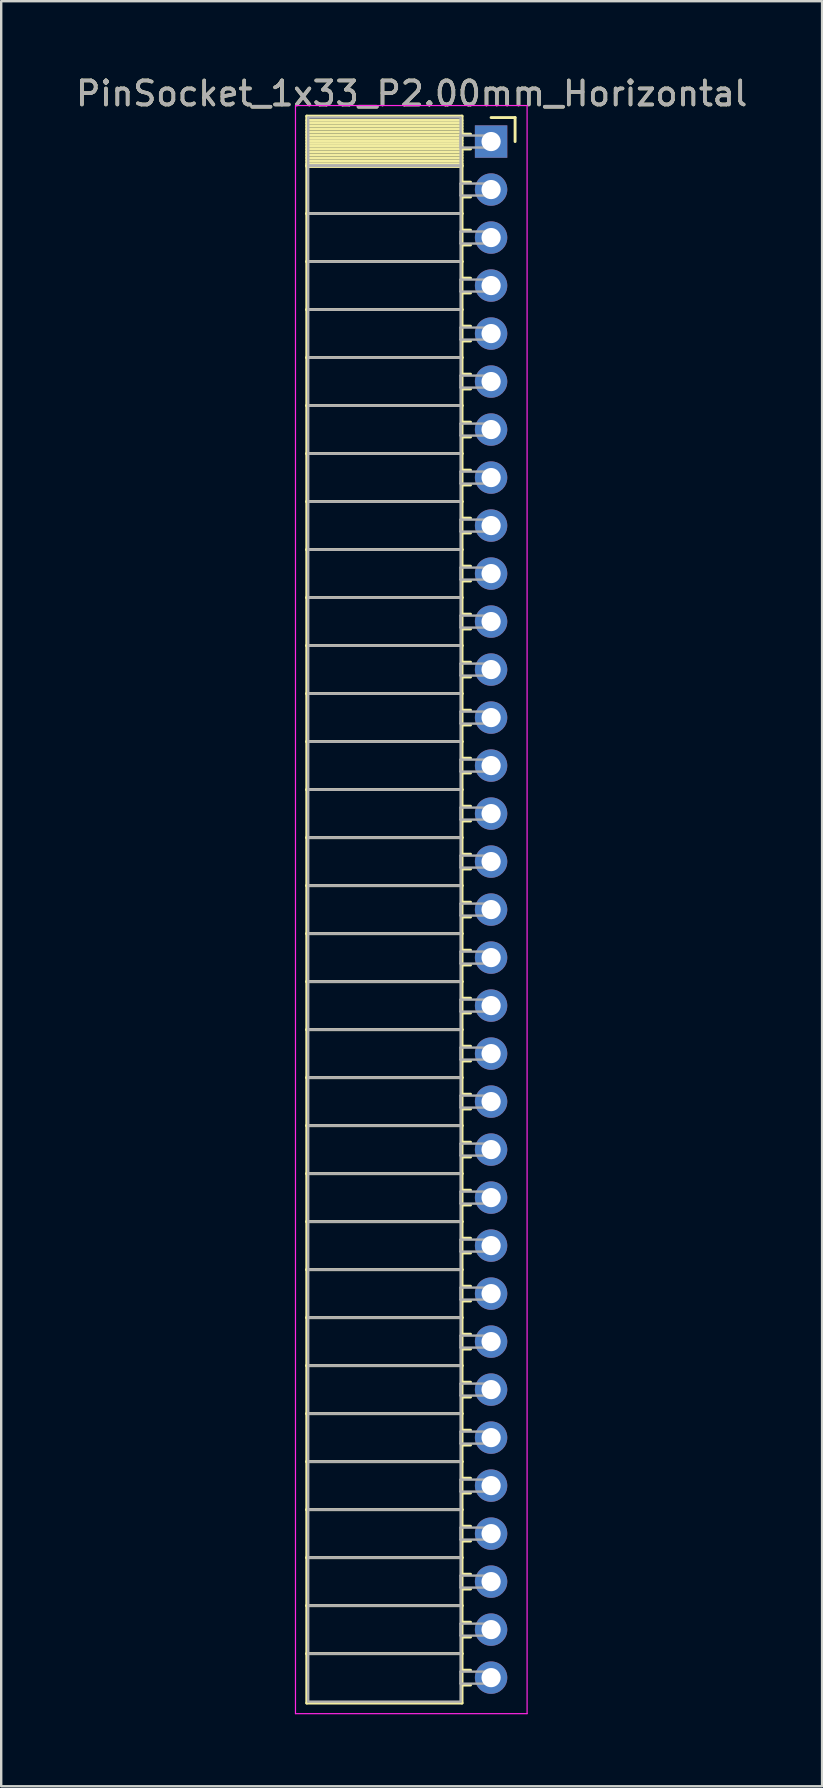
<source format=kicad_pcb>
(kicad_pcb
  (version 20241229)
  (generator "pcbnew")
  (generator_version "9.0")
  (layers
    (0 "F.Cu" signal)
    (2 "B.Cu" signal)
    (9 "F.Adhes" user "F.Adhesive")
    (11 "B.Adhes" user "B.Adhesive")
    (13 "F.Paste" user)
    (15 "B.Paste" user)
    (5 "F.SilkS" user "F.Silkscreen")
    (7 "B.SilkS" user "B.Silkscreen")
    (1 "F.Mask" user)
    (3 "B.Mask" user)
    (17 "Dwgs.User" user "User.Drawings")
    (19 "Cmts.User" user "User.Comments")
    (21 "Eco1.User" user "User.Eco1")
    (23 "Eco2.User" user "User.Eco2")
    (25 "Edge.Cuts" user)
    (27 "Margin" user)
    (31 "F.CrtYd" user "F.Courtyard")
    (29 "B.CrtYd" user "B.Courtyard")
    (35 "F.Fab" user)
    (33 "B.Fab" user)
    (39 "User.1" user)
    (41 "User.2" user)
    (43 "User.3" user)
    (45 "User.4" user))
  (footprint "PinSocket_1x33_P2.00mm_Horizontal"
    (layer "F.Cu")
    (at 17.411 2.848)
    (property "Reference" "PinSocket_1x33_P2.00mm_Horizontal" (at -3.31 -2 0) (layer "F.SilkS") (effects (font (size 1 1) (thickness 0.15))))
    (attr through_hole)
    (fp_line (start -7.68 -1.06) (end -1.21 -1.06) (stroke (width 0.12) (type solid)) (layer "F.SilkS"))
    (fp_line (start -7.68 1) (end -7.68 -1.06) (stroke (width 0.12) (type solid)) (layer "F.SilkS"))
    (fp_line (start -7.68 1) (end -1.21 1) (stroke (width 0.12) (type solid)) (layer "F.SilkS"))
    (fp_line (start -7.68 3) (end -7.68 1) (stroke (width 0.12) (type solid)) (layer "F.SilkS"))
    (fp_line (start -7.68 3) (end -1.21 3) (stroke (width 0.12) (type solid)) (layer "F.SilkS"))
    (fp_line (start -7.68 5) (end -7.68 3) (stroke (width 0.12) (type solid)) (layer "F.SilkS"))
    (fp_line (start -7.68 5) (end -1.21 5) (stroke (width 0.12) (type solid)) (layer "F.SilkS"))
    (fp_line (start -7.68 7) (end -7.68 5) (stroke (width 0.12) (type solid)) (layer "F.SilkS"))
    (fp_line (start -7.68 7) (end -1.21 7) (stroke (width 0.12) (type solid)) (layer "F.SilkS"))
    (fp_line (start -7.68 9) (end -7.68 7) (stroke (width 0.12) (type solid)) (layer "F.SilkS"))
    (fp_line (start -7.68 9) (end -1.21 9) (stroke (width 0.12) (type solid)) (layer "F.SilkS"))
    (fp_line (start -7.68 11) (end -7.68 9) (stroke (width 0.12) (type solid)) (layer "F.SilkS"))
    (fp_line (start -7.68 11) (end -1.21 11) (stroke (width 0.12) (type solid)) (layer "F.SilkS"))
    (fp_line (start -7.68 13) (end -7.68 11) (stroke (width 0.12) (type solid)) (layer "F.SilkS"))
    (fp_line (start -7.68 13) (end -1.21 13) (stroke (width 0.12) (type solid)) (layer "F.SilkS"))
    (fp_line (start -7.68 15) (end -7.68 13) (stroke (width 0.12) (type solid)) (layer "F.SilkS"))
    (fp_line (start -7.68 15) (end -1.21 15) (stroke (width 0.12) (type solid)) (layer "F.SilkS"))
    (fp_line (start -7.68 17) (end -7.68 15) (stroke (width 0.12) (type solid)) (layer "F.SilkS"))
    (fp_line (start -7.68 17) (end -1.21 17) (stroke (width 0.12) (type solid)) (layer "F.SilkS"))
    (fp_line (start -7.68 19) (end -7.68 17) (stroke (width 0.12) (type solid)) (layer "F.SilkS"))
    (fp_line (start -7.68 19) (end -1.21 19) (stroke (width 0.12) (type solid)) (layer "F.SilkS"))
    (fp_line (start -7.68 21) (end -7.68 19) (stroke (width 0.12) (type solid)) (layer "F.SilkS"))
    (fp_line (start -7.68 21) (end -1.21 21) (stroke (width 0.12) (type solid)) (layer "F.SilkS"))
    (fp_line (start -7.68 23) (end -7.68 21) (stroke (width 0.12) (type solid)) (layer "F.SilkS"))
    (fp_line (start -7.68 23) (end -1.21 23) (stroke (width 0.12) (type solid)) (layer "F.SilkS"))
    (fp_line (start -7.68 25) (end -7.68 23) (stroke (width 0.12) (type solid)) (layer "F.SilkS"))
    (fp_line (start -7.68 25) (end -1.21 25) (stroke (width 0.12) (type solid)) (layer "F.SilkS"))
    (fp_line (start -7.68 27) (end -7.68 25) (stroke (width 0.12) (type solid)) (layer "F.SilkS"))
    (fp_line (start -7.68 27) (end -1.21 27) (stroke (width 0.12) (type solid)) (layer "F.SilkS"))
    (fp_line (start -7.68 29) (end -7.68 27) (stroke (width 0.12) (type solid)) (layer "F.SilkS"))
    (fp_line (start -7.68 29) (end -1.21 29) (stroke (width 0.12) (type solid)) (layer "F.SilkS"))
    (fp_line (start -7.68 31) (end -7.68 29) (stroke (width 0.12) (type solid)) (layer "F.SilkS"))
    (fp_line (start -7.68 31) (end -1.21 31) (stroke (width 0.12) (type solid)) (layer "F.SilkS"))
    (fp_line (start -7.68 33) (end -7.68 31) (stroke (width 0.12) (type solid)) (layer "F.SilkS"))
    (fp_line (start -7.68 33) (end -1.21 33) (stroke (width 0.12) (type solid)) (layer "F.SilkS"))
    (fp_line (start -7.68 35) (end -7.68 33) (stroke (width 0.12) (type solid)) (layer "F.SilkS"))
    (fp_line (start -7.68 35) (end -1.21 35) (stroke (width 0.12) (type solid)) (layer "F.SilkS"))
    (fp_line (start -7.68 37) (end -7.68 35) (stroke (width 0.12) (type solid)) (layer "F.SilkS"))
    (fp_line (start -7.68 37) (end -1.21 37) (stroke (width 0.12) (type solid)) (layer "F.SilkS"))
    (fp_line (start -7.68 39) (end -7.68 37) (stroke (width 0.12) (type solid)) (layer "F.SilkS"))
    (fp_line (start -7.68 39) (end -1.21 39) (stroke (width 0.12) (type solid)) (layer "F.SilkS"))
    (fp_line (start -7.68 41) (end -7.68 39) (stroke (width 0.12) (type solid)) (layer "F.SilkS"))
    (fp_line (start -7.68 41) (end -1.21 41) (stroke (width 0.12) (type solid)) (layer "F.SilkS"))
    (fp_line (start -7.68 43) (end -7.68 41) (stroke (width 0.12) (type solid)) (layer "F.SilkS"))
    (fp_line (start -7.68 43) (end -1.21 43) (stroke (width 0.12) (type solid)) (layer "F.SilkS"))
    (fp_line (start -7.68 45) (end -7.68 43) (stroke (width 0.12) (type solid)) (layer "F.SilkS"))
    (fp_line (start -7.68 45) (end -1.21 45) (stroke (width 0.12) (type solid)) (layer "F.SilkS"))
    (fp_line (start -7.68 47) (end -7.68 45) (stroke (width 0.12) (type solid)) (layer "F.SilkS"))
    (fp_line (start -7.68 47) (end -1.21 47) (stroke (width 0.12) (type solid)) (layer "F.SilkS"))
    (fp_line (start -7.68 49) (end -7.68 47) (stroke (width 0.12) (type solid)) (layer "F.SilkS"))
    (fp_line (start -7.68 49) (end -1.21 49) (stroke (width 0.12) (type solid)) (layer "F.SilkS"))
    (fp_line (start -7.68 51) (end -7.68 49) (stroke (width 0.12) (type solid)) (layer "F.SilkS"))
    (fp_line (start -7.68 51) (end -1.21 51) (stroke (width 0.12) (type solid)) (layer "F.SilkS"))
    (fp_line (start -7.68 53) (end -7.68 51) (stroke (width 0.12) (type solid)) (layer "F.SilkS"))
    (fp_line (start -7.68 53) (end -1.21 53) (stroke (width 0.12) (type solid)) (layer "F.SilkS"))
    (fp_line (start -7.68 55) (end -7.68 53) (stroke (width 0.12) (type solid)) (layer "F.SilkS"))
    (fp_line (start -7.68 55) (end -1.21 55) (stroke (width 0.12) (type solid)) (layer "F.SilkS"))
    (fp_line (start -7.68 57) (end -7.68 55) (stroke (width 0.12) (type solid)) (layer "F.SilkS"))
    (fp_line (start -7.68 57) (end -1.21 57) (stroke (width 0.12) (type solid)) (layer "F.SilkS"))
    (fp_line (start -7.68 59) (end -7.68 57) (stroke (width 0.12) (type solid)) (layer "F.SilkS"))
    (fp_line (start -7.68 59) (end -1.21 59) (stroke (width 0.12) (type solid)) (layer "F.SilkS"))
    (fp_line (start -7.68 61) (end -7.68 59) (stroke (width 0.12) (type solid)) (layer "F.SilkS"))
    (fp_line (start -7.68 61) (end -1.21 61) (stroke (width 0.12) (type solid)) (layer "F.SilkS"))
    (fp_line (start -7.68 63) (end -7.68 61) (stroke (width 0.12) (type solid)) (layer "F.SilkS"))
    (fp_line (start -7.68 63) (end -1.21 63) (stroke (width 0.12) (type solid)) (layer "F.SilkS"))
    (fp_line (start -7.68 65.06) (end -7.68 63) (stroke (width 0.12) (type solid)) (layer "F.SilkS"))
    (fp_line (start -1.21 -1.06) (end -1.21 1) (stroke (width 0.12) (type solid)) (layer "F.SilkS"))
    (fp_line (start -1.21 -0.88) (end -7.68 -0.88) (stroke (width 0.12) (type solid)) (layer "F.SilkS"))
    (fp_line (start -1.21 -0.76) (end -7.68 -0.76) (stroke (width 0.12) (type solid)) (layer "F.SilkS"))
    (fp_line (start -1.21 -0.64) (end -7.68 -0.64) (stroke (width 0.12) (type solid)) (layer "F.SilkS"))
    (fp_line (start -1.21 -0.52) (end -7.68 -0.52) (stroke (width 0.12) (type solid)) (layer "F.SilkS"))
    (fp_line (start -1.21 -0.4) (end -7.68 -0.4) (stroke (width 0.12) (type solid)) (layer "F.SilkS"))
    (fp_line (start -1.21 -0.28) (end -7.68 -0.28) (stroke (width 0.12) (type solid)) (layer "F.SilkS"))
    (fp_line (start -1.21 -0.16) (end -7.68 -0.16) (stroke (width 0.12) (type solid)) (layer "F.SilkS"))
    (fp_line (start -1.21 -0.04) (end -7.68 -0.04) (stroke (width 0.12) (type solid)) (layer "F.SilkS"))
    (fp_line (start -1.21 0.08) (end -7.68 0.08) (stroke (width 0.12) (type solid)) (layer "F.SilkS"))
    (fp_line (start -1.21 0.2) (end -7.68 0.2) (stroke (width 0.12) (type solid)) (layer "F.SilkS"))
    (fp_line (start -1.21 0.32) (end -7.68 0.32) (stroke (width 0.12) (type solid)) (layer "F.SilkS"))
    (fp_line (start -1.21 0.44) (end -7.68 0.44) (stroke (width 0.12) (type solid)) (layer "F.SilkS"))
    (fp_line (start -1.21 0.56) (end -7.68 0.56) (stroke (width 0.12) (type solid)) (layer "F.SilkS"))
    (fp_line (start -1.21 0.68) (end -7.68 0.68) (stroke (width 0.12) (type solid)) (layer "F.SilkS"))
    (fp_line (start -1.21 0.8) (end -7.68 0.8) (stroke (width 0.12) (type solid)) (layer "F.SilkS"))
    (fp_line (start -1.21 0.92) (end -7.68 0.92) (stroke (width 0.12) (type solid)) (layer "F.SilkS"))
    (fp_line (start -1.21 1) (end -7.68 1) (stroke (width 0.12) (type solid)) (layer "F.SilkS"))
    (fp_line (start -1.21 1) (end -1.21 3) (stroke (width 0.12) (type solid)) (layer "F.SilkS"))
    (fp_line (start -1.21 1.04) (end -7.68 1.04) (stroke (width 0.12) (type solid)) (layer "F.SilkS"))
    (fp_line (start -1.21 3) (end -7.68 3) (stroke (width 0.12) (type solid)) (layer "F.SilkS"))
    (fp_line (start -1.21 3) (end -1.21 5) (stroke (width 0.12) (type solid)) (layer "F.SilkS"))
    (fp_line (start -1.21 5) (end -7.68 5) (stroke (width 0.12) (type solid)) (layer "F.SilkS"))
    (fp_line (start -1.21 5) (end -1.21 7) (stroke (width 0.12) (type solid)) (layer "F.SilkS"))
    (fp_line (start -1.21 7) (end -7.68 7) (stroke (width 0.12) (type solid)) (layer "F.SilkS"))
    (fp_line (start -1.21 7) (end -1.21 9) (stroke (width 0.12) (type solid)) (layer "F.SilkS"))
    (fp_line (start -1.21 9) (end -7.68 9) (stroke (width 0.12) (type solid)) (layer "F.SilkS"))
    (fp_line (start -1.21 9) (end -1.21 11) (stroke (width 0.12) (type solid)) (layer "F.SilkS"))
    (fp_line (start -1.21 11) (end -7.68 11) (stroke (width 0.12) (type solid)) (layer "F.SilkS"))
    (fp_line (start -1.21 11) (end -1.21 13) (stroke (width 0.12) (type solid)) (layer "F.SilkS"))
    (fp_line (start -1.21 13) (end -7.68 13) (stroke (width 0.12) (type solid)) (layer "F.SilkS"))
    (fp_line (start -1.21 13) (end -1.21 15) (stroke (width 0.12) (type solid)) (layer "F.SilkS"))
    (fp_line (start -1.21 15) (end -7.68 15) (stroke (width 0.12) (type solid)) (layer "F.SilkS"))
    (fp_line (start -1.21 15) (end -1.21 17) (stroke (width 0.12) (type solid)) (layer "F.SilkS"))
    (fp_line (start -1.21 17) (end -7.68 17) (stroke (width 0.12) (type solid)) (layer "F.SilkS"))
    (fp_line (start -1.21 17) (end -1.21 19) (stroke (width 0.12) (type solid)) (layer "F.SilkS"))
    (fp_line (start -1.21 19) (end -7.68 19) (stroke (width 0.12) (type solid)) (layer "F.SilkS"))
    (fp_line (start -1.21 19) (end -1.21 21) (stroke (width 0.12) (type solid)) (layer "F.SilkS"))
    (fp_line (start -1.21 21) (end -7.68 21) (stroke (width 0.12) (type solid)) (layer "F.SilkS"))
    (fp_line (start -1.21 21) (end -1.21 23) (stroke (width 0.12) (type solid)) (layer "F.SilkS"))
    (fp_line (start -1.21 23) (end -7.68 23) (stroke (width 0.12) (type solid)) (layer "F.SilkS"))
    (fp_line (start -1.21 23) (end -1.21 25) (stroke (width 0.12) (type solid)) (layer "F.SilkS"))
    (fp_line (start -1.21 25) (end -7.68 25) (stroke (width 0.12) (type solid)) (layer "F.SilkS"))
    (fp_line (start -1.21 25) (end -1.21 27) (stroke (width 0.12) (type solid)) (layer "F.SilkS"))
    (fp_line (start -1.21 27) (end -7.68 27) (stroke (width 0.12) (type solid)) (layer "F.SilkS"))
    (fp_line (start -1.21 27) (end -1.21 29) (stroke (width 0.12) (type solid)) (layer "F.SilkS"))
    (fp_line (start -1.21 29) (end -7.68 29) (stroke (width 0.12) (type solid)) (layer "F.SilkS"))
    (fp_line (start -1.21 29) (end -1.21 31) (stroke (width 0.12) (type solid)) (layer "F.SilkS"))
    (fp_line (start -1.21 31) (end -7.68 31) (stroke (width 0.12) (type solid)) (layer "F.SilkS"))
    (fp_line (start -1.21 31) (end -1.21 33) (stroke (width 0.12) (type solid)) (layer "F.SilkS"))
    (fp_line (start -1.21 33) (end -7.68 33) (stroke (width 0.12) (type solid)) (layer "F.SilkS"))
    (fp_line (start -1.21 33) (end -1.21 35) (stroke (width 0.12) (type solid)) (layer "F.SilkS"))
    (fp_line (start -1.21 35) (end -7.68 35) (stroke (width 0.12) (type solid)) (layer "F.SilkS"))
    (fp_line (start -1.21 35) (end -1.21 37) (stroke (width 0.12) (type solid)) (layer "F.SilkS"))
    (fp_line (start -1.21 37) (end -7.68 37) (stroke (width 0.12) (type solid)) (layer "F.SilkS"))
    (fp_line (start -1.21 37) (end -1.21 39) (stroke (width 0.12) (type solid)) (layer "F.SilkS"))
    (fp_line (start -1.21 39) (end -7.68 39) (stroke (width 0.12) (type solid)) (layer "F.SilkS"))
    (fp_line (start -1.21 39) (end -1.21 41) (stroke (width 0.12) (type solid)) (layer "F.SilkS"))
    (fp_line (start -1.21 41) (end -7.68 41) (stroke (width 0.12) (type solid)) (layer "F.SilkS"))
    (fp_line (start -1.21 41) (end -1.21 43) (stroke (width 0.12) (type solid)) (layer "F.SilkS"))
    (fp_line (start -1.21 43) (end -7.68 43) (stroke (width 0.12) (type solid)) (layer "F.SilkS"))
    (fp_line (start -1.21 43) (end -1.21 45) (stroke (width 0.12) (type solid)) (layer "F.SilkS"))
    (fp_line (start -1.21 45) (end -7.68 45) (stroke (width 0.12) (type solid)) (layer "F.SilkS"))
    (fp_line (start -1.21 45) (end -1.21 47) (stroke (width 0.12) (type solid)) (layer "F.SilkS"))
    (fp_line (start -1.21 47) (end -7.68 47) (stroke (width 0.12) (type solid)) (layer "F.SilkS"))
    (fp_line (start -1.21 47) (end -1.21 49) (stroke (width 0.12) (type solid)) (layer "F.SilkS"))
    (fp_line (start -1.21 49) (end -7.68 49) (stroke (width 0.12) (type solid)) (layer "F.SilkS"))
    (fp_line (start -1.21 49) (end -1.21 51) (stroke (width 0.12) (type solid)) (layer "F.SilkS"))
    (fp_line (start -1.21 51) (end -7.68 51) (stroke (width 0.12) (type solid)) (layer "F.SilkS"))
    (fp_line (start -1.21 51) (end -1.21 53) (stroke (width 0.12) (type solid)) (layer "F.SilkS"))
    (fp_line (start -1.21 53) (end -7.68 53) (stroke (width 0.12) (type solid)) (layer "F.SilkS"))
    (fp_line (start -1.21 53) (end -1.21 55) (stroke (width 0.12) (type solid)) (layer "F.SilkS"))
    (fp_line (start -1.21 55) (end -7.68 55) (stroke (width 0.12) (type solid)) (layer "F.SilkS"))
    (fp_line (start -1.21 55) (end -1.21 57) (stroke (width 0.12) (type solid)) (layer "F.SilkS"))
    (fp_line (start -1.21 57) (end -7.68 57) (stroke (width 0.12) (type solid)) (layer "F.SilkS"))
    (fp_line (start -1.21 57) (end -1.21 59) (stroke (width 0.12) (type solid)) (layer "F.SilkS"))
    (fp_line (start -1.21 59) (end -7.68 59) (stroke (width 0.12) (type solid)) (layer "F.SilkS"))
    (fp_line (start -1.21 59) (end -1.21 61) (stroke (width 0.12) (type solid)) (layer "F.SilkS"))
    (fp_line (start -1.21 61) (end -7.68 61) (stroke (width 0.12) (type solid)) (layer "F.SilkS"))
    (fp_line (start -1.21 61) (end -1.21 63) (stroke (width 0.12) (type solid)) (layer "F.SilkS"))
    (fp_line (start -1.21 63) (end -7.68 63) (stroke (width 0.12) (type solid)) (layer "F.SilkS"))
    (fp_line (start -1.21 63) (end -1.21 65.06) (stroke (width 0.12) (type solid)) (layer "F.SilkS"))
    (fp_line (start -1.21 65.06) (end -7.68 65.06) (stroke (width 0.12) (type solid)) (layer "F.SilkS"))
    (fp_line (start -0.855 -0.31) (end -1.21 -0.31) (stroke (width 0.12) (type solid)) (layer "F.SilkS"))
    (fp_line (start -0.855 0.31) (end -1.21 0.31) (stroke (width 0.12) (type solid)) (layer "F.SilkS"))
    (fp_line (start -0.855 1.69) (end -1.21 1.69) (stroke (width 0.12) (type solid)) (layer "F.SilkS"))
    (fp_line (start -0.855 2.31) (end -1.21 2.31) (stroke (width 0.12) (type solid)) (layer "F.SilkS"))
    (fp_line (start -0.855 3.69) (end -1.21 3.69) (stroke (width 0.12) (type solid)) (layer "F.SilkS"))
    (fp_line (start -0.855 4.31) (end -1.21 4.31) (stroke (width 0.12) (type solid)) (layer "F.SilkS"))
    (fp_line (start -0.855 5.69) (end -1.21 5.69) (stroke (width 0.12) (type solid)) (layer "F.SilkS"))
    (fp_line (start -0.855 6.31) (end -1.21 6.31) (stroke (width 0.12) (type solid)) (layer "F.SilkS"))
    (fp_line (start -0.855 7.69) (end -1.21 7.69) (stroke (width 0.12) (type solid)) (layer "F.SilkS"))
    (fp_line (start -0.855 8.31) (end -1.21 8.31) (stroke (width 0.12) (type solid)) (layer "F.SilkS"))
    (fp_line (start -0.855 9.69) (end -1.21 9.69) (stroke (width 0.12) (type solid)) (layer "F.SilkS"))
    (fp_line (start -0.855 10.31) (end -1.21 10.31) (stroke (width 0.12) (type solid)) (layer "F.SilkS"))
    (fp_line (start -0.855 11.69) (end -1.21 11.69) (stroke (width 0.12) (type solid)) (layer "F.SilkS"))
    (fp_line (start -0.855 12.31) (end -1.21 12.31) (stroke (width 0.12) (type solid)) (layer "F.SilkS"))
    (fp_line (start -0.855 13.69) (end -1.21 13.69) (stroke (width 0.12) (type solid)) (layer "F.SilkS"))
    (fp_line (start -0.855 14.31) (end -1.21 14.31) (stroke (width 0.12) (type solid)) (layer "F.SilkS"))
    (fp_line (start -0.855 15.69) (end -1.21 15.69) (stroke (width 0.12) (type solid)) (layer "F.SilkS"))
    (fp_line (start -0.855 16.31) (end -1.21 16.31) (stroke (width 0.12) (type solid)) (layer "F.SilkS"))
    (fp_line (start -0.855 17.69) (end -1.21 17.69) (stroke (width 0.12) (type solid)) (layer "F.SilkS"))
    (fp_line (start -0.855 18.31) (end -1.21 18.31) (stroke (width 0.12) (type solid)) (layer "F.SilkS"))
    (fp_line (start -0.855 19.69) (end -1.21 19.69) (stroke (width 0.12) (type solid)) (layer "F.SilkS"))
    (fp_line (start -0.855 20.31) (end -1.21 20.31) (stroke (width 0.12) (type solid)) (layer "F.SilkS"))
    (fp_line (start -0.855 21.69) (end -1.21 21.69) (stroke (width 0.12) (type solid)) (layer "F.SilkS"))
    (fp_line (start -0.855 22.31) (end -1.21 22.31) (stroke (width 0.12) (type solid)) (layer "F.SilkS"))
    (fp_line (start -0.855 23.69) (end -1.21 23.69) (stroke (width 0.12) (type solid)) (layer "F.SilkS"))
    (fp_line (start -0.855 24.31) (end -1.21 24.31) (stroke (width 0.12) (type solid)) (layer "F.SilkS"))
    (fp_line (start -0.855 25.69) (end -1.21 25.69) (stroke (width 0.12) (type solid)) (layer "F.SilkS"))
    (fp_line (start -0.855 26.31) (end -1.21 26.31) (stroke (width 0.12) (type solid)) (layer "F.SilkS"))
    (fp_line (start -0.855 27.69) (end -1.21 27.69) (stroke (width 0.12) (type solid)) (layer "F.SilkS"))
    (fp_line (start -0.855 28.31) (end -1.21 28.31) (stroke (width 0.12) (type solid)) (layer "F.SilkS"))
    (fp_line (start -0.855 29.69) (end -1.21 29.69) (stroke (width 0.12) (type solid)) (layer "F.SilkS"))
    (fp_line (start -0.855 30.31) (end -1.21 30.31) (stroke (width 0.12) (type solid)) (layer "F.SilkS"))
    (fp_line (start -0.855 31.69) (end -1.21 31.69) (stroke (width 0.12) (type solid)) (layer "F.SilkS"))
    (fp_line (start -0.855 32.31) (end -1.21 32.31) (stroke (width 0.12) (type solid)) (layer "F.SilkS"))
    (fp_line (start -0.855 33.69) (end -1.21 33.69) (stroke (width 0.12) (type solid)) (layer "F.SilkS"))
    (fp_line (start -0.855 34.31) (end -1.21 34.31) (stroke (width 0.12) (type solid)) (layer "F.SilkS"))
    (fp_line (start -0.855 35.69) (end -1.21 35.69) (stroke (width 0.12) (type solid)) (layer "F.SilkS"))
    (fp_line (start -0.855 36.31) (end -1.21 36.31) (stroke (width 0.12) (type solid)) (layer "F.SilkS"))
    (fp_line (start -0.855 37.69) (end -1.21 37.69) (stroke (width 0.12) (type solid)) (layer "F.SilkS"))
    (fp_line (start -0.855 38.31) (end -1.21 38.31) (stroke (width 0.12) (type solid)) (layer "F.SilkS"))
    (fp_line (start -0.855 39.69) (end -1.21 39.69) (stroke (width 0.12) (type solid)) (layer "F.SilkS"))
    (fp_line (start -0.855 40.31) (end -1.21 40.31) (stroke (width 0.12) (type solid)) (layer "F.SilkS"))
    (fp_line (start -0.855 41.69) (end -1.21 41.69) (stroke (width 0.12) (type solid)) (layer "F.SilkS"))
    (fp_line (start -0.855 42.31) (end -1.21 42.31) (stroke (width 0.12) (type solid)) (layer "F.SilkS"))
    (fp_line (start -0.855 43.69) (end -1.21 43.69) (stroke (width 0.12) (type solid)) (layer "F.SilkS"))
    (fp_line (start -0.855 44.31) (end -1.21 44.31) (stroke (width 0.12) (type solid)) (layer "F.SilkS"))
    (fp_line (start -0.855 45.69) (end -1.21 45.69) (stroke (width 0.12) (type solid)) (layer "F.SilkS"))
    (fp_line (start -0.855 46.31) (end -1.21 46.31) (stroke (width 0.12) (type solid)) (layer "F.SilkS"))
    (fp_line (start -0.855 47.69) (end -1.21 47.69) (stroke (width 0.12) (type solid)) (layer "F.SilkS"))
    (fp_line (start -0.855 48.31) (end -1.21 48.31) (stroke (width 0.12) (type solid)) (layer "F.SilkS"))
    (fp_line (start -0.855 49.69) (end -1.21 49.69) (stroke (width 0.12) (type solid)) (layer "F.SilkS"))
    (fp_line (start -0.855 50.31) (end -1.21 50.31) (stroke (width 0.12) (type solid)) (layer "F.SilkS"))
    (fp_line (start -0.855 51.69) (end -1.21 51.69) (stroke (width 0.12) (type solid)) (layer "F.SilkS"))
    (fp_line (start -0.855 52.31) (end -1.21 52.31) (stroke (width 0.12) (type solid)) (layer "F.SilkS"))
    (fp_line (start -0.855 53.69) (end -1.21 53.69) (stroke (width 0.12) (type solid)) (layer "F.SilkS"))
    (fp_line (start -0.855 54.31) (end -1.21 54.31) (stroke (width 0.12) (type solid)) (layer "F.SilkS"))
    (fp_line (start -0.855 55.69) (end -1.21 55.69) (stroke (width 0.12) (type solid)) (layer "F.SilkS"))
    (fp_line (start -0.855 56.31) (end -1.21 56.31) (stroke (width 0.12) (type solid)) (layer "F.SilkS"))
    (fp_line (start -0.855 57.69) (end -1.21 57.69) (stroke (width 0.12) (type solid)) (layer "F.SilkS"))
    (fp_line (start -0.855 58.31) (end -1.21 58.31) (stroke (width 0.12) (type solid)) (layer "F.SilkS"))
    (fp_line (start -0.855 59.69) (end -1.21 59.69) (stroke (width 0.12) (type solid)) (layer "F.SilkS"))
    (fp_line (start -0.855 60.31) (end -1.21 60.31) (stroke (width 0.12) (type solid)) (layer "F.SilkS"))
    (fp_line (start -0.855 61.69) (end -1.21 61.69) (stroke (width 0.12) (type solid)) (layer "F.SilkS"))
    (fp_line (start -0.855 62.31) (end -1.21 62.31) (stroke (width 0.12) (type solid)) (layer "F.SilkS"))
    (fp_line (start -0.855 63.69) (end -1.21 63.69) (stroke (width 0.12) (type solid)) (layer "F.SilkS"))
    (fp_line (start -0.855 64.31) (end -1.21 64.31) (stroke (width 0.12) (type solid)) (layer "F.SilkS"))
    (fp_line (start 0 -1) (end 1 -1) (stroke (width 0.12) (type solid)) (layer "F.SilkS"))
    (fp_line (start 1 -1) (end 1 0) (stroke (width 0.12) (type solid)) (layer "F.SilkS"))
    (fp_line (start -8.15 -1.5) (end 1.5 -1.5) (stroke (width 0.05) (type solid)) (layer "F.CrtYd"))
    (fp_line (start -8.15 65.5) (end -8.15 -1.5) (stroke (width 0.05) (type solid)) (layer "F.CrtYd"))
    (fp_line (start 1.5 -1.5) (end 1.5 65.5) (stroke (width 0.05) (type solid)) (layer "F.CrtYd"))
    (fp_line (start 1.5 65.5) (end -8.15 65.5) (stroke (width 0.05) (type solid)) (layer "F.CrtYd"))
    (fp_line (start -7.62 -1) (end -1.27 -1) (stroke (width 0.1) (type solid)) (layer "F.Fab"))
    (fp_line (start -7.62 1) (end -7.62 -1) (stroke (width 0.1) (type solid)) (layer "F.Fab"))
    (fp_line (start -7.62 1) (end -1.27 1) (stroke (width 0.1) (type solid)) (layer "F.Fab"))
    (fp_line (start -7.62 3) (end -7.62 1) (stroke (width 0.1) (type solid)) (layer "F.Fab"))
    (fp_line (start -7.62 3) (end -1.27 3) (stroke (width 0.1) (type solid)) (layer "F.Fab"))
    (fp_line (start -7.62 5) (end -7.62 3) (stroke (width 0.1) (type solid)) (layer "F.Fab"))
    (fp_line (start -7.62 5) (end -1.27 5) (stroke (width 0.1) (type solid)) (layer "F.Fab"))
    (fp_line (start -7.62 7) (end -7.62 5) (stroke (width 0.1) (type solid)) (layer "F.Fab"))
    (fp_line (start -7.62 7) (end -1.27 7) (stroke (width 0.1) (type solid)) (layer "F.Fab"))
    (fp_line (start -7.62 9) (end -7.62 7) (stroke (width 0.1) (type solid)) (layer "F.Fab"))
    (fp_line (start -7.62 9) (end -1.27 9) (stroke (width 0.1) (type solid)) (layer "F.Fab"))
    (fp_line (start -7.62 11) (end -7.62 9) (stroke (width 0.1) (type solid)) (layer "F.Fab"))
    (fp_line (start -7.62 11) (end -1.27 11) (stroke (width 0.1) (type solid)) (layer "F.Fab"))
    (fp_line (start -7.62 13) (end -7.62 11) (stroke (width 0.1) (type solid)) (layer "F.Fab"))
    (fp_line (start -7.62 13) (end -1.27 13) (stroke (width 0.1) (type solid)) (layer "F.Fab"))
    (fp_line (start -7.62 15) (end -7.62 13) (stroke (width 0.1) (type solid)) (layer "F.Fab"))
    (fp_line (start -7.62 15) (end -1.27 15) (stroke (width 0.1) (type solid)) (layer "F.Fab"))
    (fp_line (start -7.62 17) (end -7.62 15) (stroke (width 0.1) (type solid)) (layer "F.Fab"))
    (fp_line (start -7.62 17) (end -1.27 17) (stroke (width 0.1) (type solid)) (layer "F.Fab"))
    (fp_line (start -7.62 19) (end -7.62 17) (stroke (width 0.1) (type solid)) (layer "F.Fab"))
    (fp_line (start -7.62 19) (end -1.27 19) (stroke (width 0.1) (type solid)) (layer "F.Fab"))
    (fp_line (start -7.62 21) (end -7.62 19) (stroke (width 0.1) (type solid)) (layer "F.Fab"))
    (fp_line (start -7.62 21) (end -1.27 21) (stroke (width 0.1) (type solid)) (layer "F.Fab"))
    (fp_line (start -7.62 23) (end -7.62 21) (stroke (width 0.1) (type solid)) (layer "F.Fab"))
    (fp_line (start -7.62 23) (end -1.27 23) (stroke (width 0.1) (type solid)) (layer "F.Fab"))
    (fp_line (start -7.62 25) (end -7.62 23) (stroke (width 0.1) (type solid)) (layer "F.Fab"))
    (fp_line (start -7.62 25) (end -1.27 25) (stroke (width 0.1) (type solid)) (layer "F.Fab"))
    (fp_line (start -7.62 27) (end -7.62 25) (stroke (width 0.1) (type solid)) (layer "F.Fab"))
    (fp_line (start -7.62 27) (end -1.27 27) (stroke (width 0.1) (type solid)) (layer "F.Fab"))
    (fp_line (start -7.62 29) (end -7.62 27) (stroke (width 0.1) (type solid)) (layer "F.Fab"))
    (fp_line (start -7.62 29) (end -1.27 29) (stroke (width 0.1) (type solid)) (layer "F.Fab"))
    (fp_line (start -7.62 31) (end -7.62 29) (stroke (width 0.1) (type solid)) (layer "F.Fab"))
    (fp_line (start -7.62 31) (end -1.27 31) (stroke (width 0.1) (type solid)) (layer "F.Fab"))
    (fp_line (start -7.62 33) (end -7.62 31) (stroke (width 0.1) (type solid)) (layer "F.Fab"))
    (fp_line (start -7.62 33) (end -1.27 33) (stroke (width 0.1) (type solid)) (layer "F.Fab"))
    (fp_line (start -7.62 35) (end -7.62 33) (stroke (width 0.1) (type solid)) (layer "F.Fab"))
    (fp_line (start -7.62 35) (end -1.27 35) (stroke (width 0.1) (type solid)) (layer "F.Fab"))
    (fp_line (start -7.62 37) (end -7.62 35) (stroke (width 0.1) (type solid)) (layer "F.Fab"))
    (fp_line (start -7.62 37) (end -1.27 37) (stroke (width 0.1) (type solid)) (layer "F.Fab"))
    (fp_line (start -7.62 39) (end -7.62 37) (stroke (width 0.1) (type solid)) (layer "F.Fab"))
    (fp_line (start -7.62 39) (end -1.27 39) (stroke (width 0.1) (type solid)) (layer "F.Fab"))
    (fp_line (start -7.62 41) (end -7.62 39) (stroke (width 0.1) (type solid)) (layer "F.Fab"))
    (fp_line (start -7.62 41) (end -1.27 41) (stroke (width 0.1) (type solid)) (layer "F.Fab"))
    (fp_line (start -7.62 43) (end -7.62 41) (stroke (width 0.1) (type solid)) (layer "F.Fab"))
    (fp_line (start -7.62 43) (end -1.27 43) (stroke (width 0.1) (type solid)) (layer "F.Fab"))
    (fp_line (start -7.62 45) (end -7.62 43) (stroke (width 0.1) (type solid)) (layer "F.Fab"))
    (fp_line (start -7.62 45) (end -1.27 45) (stroke (width 0.1) (type solid)) (layer "F.Fab"))
    (fp_line (start -7.62 47) (end -7.62 45) (stroke (width 0.1) (type solid)) (layer "F.Fab"))
    (fp_line (start -7.62 47) (end -1.27 47) (stroke (width 0.1) (type solid)) (layer "F.Fab"))
    (fp_line (start -7.62 49) (end -7.62 47) (stroke (width 0.1) (type solid)) (layer "F.Fab"))
    (fp_line (start -7.62 49) (end -1.27 49) (stroke (width 0.1) (type solid)) (layer "F.Fab"))
    (fp_line (start -7.62 51) (end -7.62 49) (stroke (width 0.1) (type solid)) (layer "F.Fab"))
    (fp_line (start -7.62 51) (end -1.27 51) (stroke (width 0.1) (type solid)) (layer "F.Fab"))
    (fp_line (start -7.62 53) (end -7.62 51) (stroke (width 0.1) (type solid)) (layer "F.Fab"))
    (fp_line (start -7.62 53) (end -1.27 53) (stroke (width 0.1) (type solid)) (layer "F.Fab"))
    (fp_line (start -7.62 55) (end -7.62 53) (stroke (width 0.1) (type solid)) (layer "F.Fab"))
    (fp_line (start -7.62 55) (end -1.27 55) (stroke (width 0.1) (type solid)) (layer "F.Fab"))
    (fp_line (start -7.62 57) (end -7.62 55) (stroke (width 0.1) (type solid)) (layer "F.Fab"))
    (fp_line (start -7.62 57) (end -1.27 57) (stroke (width 0.1) (type solid)) (layer "F.Fab"))
    (fp_line (start -7.62 59) (end -7.62 57) (stroke (width 0.1) (type solid)) (layer "F.Fab"))
    (fp_line (start -7.62 59) (end -1.27 59) (stroke (width 0.1) (type solid)) (layer "F.Fab"))
    (fp_line (start -7.62 61) (end -7.62 59) (stroke (width 0.1) (type solid)) (layer "F.Fab"))
    (fp_line (start -7.62 61) (end -1.27 61) (stroke (width 0.1) (type solid)) (layer "F.Fab"))
    (fp_line (start -7.62 63) (end -7.62 61) (stroke (width 0.1) (type solid)) (layer "F.Fab"))
    (fp_line (start -7.62 63) (end -1.27 63) (stroke (width 0.1) (type solid)) (layer "F.Fab"))
    (fp_line (start -7.62 65) (end -7.62 63) (stroke (width 0.1) (type solid)) (layer "F.Fab"))
    (fp_line (start -1.27 -1) (end -1.27 1) (stroke (width 0.1) (type solid)) (layer "F.Fab"))
    (fp_line (start -1.27 -0.25) (end 0 -0.25) (stroke (width 0.1) (type solid)) (layer "F.Fab"))
    (fp_line (start -1.27 0.25) (end -1.27 -0.25) (stroke (width 0.1) (type solid)) (layer "F.Fab"))
    (fp_line (start -1.27 1) (end -7.62 1) (stroke (width 0.1) (type solid)) (layer "F.Fab"))
    (fp_line (start -1.27 1) (end -1.27 3) (stroke (width 0.1) (type solid)) (layer "F.Fab"))
    (fp_line (start -1.27 1.75) (end 0 1.75) (stroke (width 0.1) (type solid)) (layer "F.Fab"))
    (fp_line (start -1.27 2.25) (end -1.27 1.75) (stroke (width 0.1) (type solid)) (layer "F.Fab"))
    (fp_line (start -1.27 3) (end -7.62 3) (stroke (width 0.1) (type solid)) (layer "F.Fab"))
    (fp_line (start -1.27 3) (end -1.27 5) (stroke (width 0.1) (type solid)) (layer "F.Fab"))
    (fp_line (start -1.27 3.75) (end 0 3.75) (stroke (width 0.1) (type solid)) (layer "F.Fab"))
    (fp_line (start -1.27 4.25) (end -1.27 3.75) (stroke (width 0.1) (type solid)) (layer "F.Fab"))
    (fp_line (start -1.27 5) (end -7.62 5) (stroke (width 0.1) (type solid)) (layer "F.Fab"))
    (fp_line (start -1.27 5) (end -1.27 7) (stroke (width 0.1) (type solid)) (layer "F.Fab"))
    (fp_line (start -1.27 5.75) (end 0 5.75) (stroke (width 0.1) (type solid)) (layer "F.Fab"))
    (fp_line (start -1.27 6.25) (end -1.27 5.75) (stroke (width 0.1) (type solid)) (layer "F.Fab"))
    (fp_line (start -1.27 7) (end -7.62 7) (stroke (width 0.1) (type solid)) (layer "F.Fab"))
    (fp_line (start -1.27 7) (end -1.27 9) (stroke (width 0.1) (type solid)) (layer "F.Fab"))
    (fp_line (start -1.27 7.75) (end 0 7.75) (stroke (width 0.1) (type solid)) (layer "F.Fab"))
    (fp_line (start -1.27 8.25) (end -1.27 7.75) (stroke (width 0.1) (type solid)) (layer "F.Fab"))
    (fp_line (start -1.27 9) (end -7.62 9) (stroke (width 0.1) (type solid)) (layer "F.Fab"))
    (fp_line (start -1.27 9) (end -1.27 11) (stroke (width 0.1) (type solid)) (layer "F.Fab"))
    (fp_line (start -1.27 9.75) (end 0 9.75) (stroke (width 0.1) (type solid)) (layer "F.Fab"))
    (fp_line (start -1.27 10.25) (end -1.27 9.75) (stroke (width 0.1) (type solid)) (layer "F.Fab"))
    (fp_line (start -1.27 11) (end -7.62 11) (stroke (width 0.1) (type solid)) (layer "F.Fab"))
    (fp_line (start -1.27 11) (end -1.27 13) (stroke (width 0.1) (type solid)) (layer "F.Fab"))
    (fp_line (start -1.27 11.75) (end 0 11.75) (stroke (width 0.1) (type solid)) (layer "F.Fab"))
    (fp_line (start -1.27 12.25) (end -1.27 11.75) (stroke (width 0.1) (type solid)) (layer "F.Fab"))
    (fp_line (start -1.27 13) (end -7.62 13) (stroke (width 0.1) (type solid)) (layer "F.Fab"))
    (fp_line (start -1.27 13) (end -1.27 15) (stroke (width 0.1) (type solid)) (layer "F.Fab"))
    (fp_line (start -1.27 13.75) (end 0 13.75) (stroke (width 0.1) (type solid)) (layer "F.Fab"))
    (fp_line (start -1.27 14.25) (end -1.27 13.75) (stroke (width 0.1) (type solid)) (layer "F.Fab"))
    (fp_line (start -1.27 15) (end -7.62 15) (stroke (width 0.1) (type solid)) (layer "F.Fab"))
    (fp_line (start -1.27 15) (end -1.27 17) (stroke (width 0.1) (type solid)) (layer "F.Fab"))
    (fp_line (start -1.27 15.75) (end 0 15.75) (stroke (width 0.1) (type solid)) (layer "F.Fab"))
    (fp_line (start -1.27 16.25) (end -1.27 15.75) (stroke (width 0.1) (type solid)) (layer "F.Fab"))
    (fp_line (start -1.27 17) (end -7.62 17) (stroke (width 0.1) (type solid)) (layer "F.Fab"))
    (fp_line (start -1.27 17) (end -1.27 19) (stroke (width 0.1) (type solid)) (layer "F.Fab"))
    (fp_line (start -1.27 17.75) (end 0 17.75) (stroke (width 0.1) (type solid)) (layer "F.Fab"))
    (fp_line (start -1.27 18.25) (end -1.27 17.75) (stroke (width 0.1) (type solid)) (layer "F.Fab"))
    (fp_line (start -1.27 19) (end -7.62 19) (stroke (width 0.1) (type solid)) (layer "F.Fab"))
    (fp_line (start -1.27 19) (end -1.27 21) (stroke (width 0.1) (type solid)) (layer "F.Fab"))
    (fp_line (start -1.27 19.75) (end 0 19.75) (stroke (width 0.1) (type solid)) (layer "F.Fab"))
    (fp_line (start -1.27 20.25) (end -1.27 19.75) (stroke (width 0.1) (type solid)) (layer "F.Fab"))
    (fp_line (start -1.27 21) (end -7.62 21) (stroke (width 0.1) (type solid)) (layer "F.Fab"))
    (fp_line (start -1.27 21) (end -1.27 23) (stroke (width 0.1) (type solid)) (layer "F.Fab"))
    (fp_line (start -1.27 21.75) (end 0 21.75) (stroke (width 0.1) (type solid)) (layer "F.Fab"))
    (fp_line (start -1.27 22.25) (end -1.27 21.75) (stroke (width 0.1) (type solid)) (layer "F.Fab"))
    (fp_line (start -1.27 23) (end -7.62 23) (stroke (width 0.1) (type solid)) (layer "F.Fab"))
    (fp_line (start -1.27 23) (end -1.27 25) (stroke (width 0.1) (type solid)) (layer "F.Fab"))
    (fp_line (start -1.27 23.75) (end 0 23.75) (stroke (width 0.1) (type solid)) (layer "F.Fab"))
    (fp_line (start -1.27 24.25) (end -1.27 23.75) (stroke (width 0.1) (type solid)) (layer "F.Fab"))
    (fp_line (start -1.27 25) (end -7.62 25) (stroke (width 0.1) (type solid)) (layer "F.Fab"))
    (fp_line (start -1.27 25) (end -1.27 27) (stroke (width 0.1) (type solid)) (layer "F.Fab"))
    (fp_line (start -1.27 25.75) (end 0 25.75) (stroke (width 0.1) (type solid)) (layer "F.Fab"))
    (fp_line (start -1.27 26.25) (end -1.27 25.75) (stroke (width 0.1) (type solid)) (layer "F.Fab"))
    (fp_line (start -1.27 27) (end -7.62 27) (stroke (width 0.1) (type solid)) (layer "F.Fab"))
    (fp_line (start -1.27 27) (end -1.27 29) (stroke (width 0.1) (type solid)) (layer "F.Fab"))
    (fp_line (start -1.27 27.75) (end 0 27.75) (stroke (width 0.1) (type solid)) (layer "F.Fab"))
    (fp_line (start -1.27 28.25) (end -1.27 27.75) (stroke (width 0.1) (type solid)) (layer "F.Fab"))
    (fp_line (start -1.27 29) (end -7.62 29) (stroke (width 0.1) (type solid)) (layer "F.Fab"))
    (fp_line (start -1.27 29) (end -1.27 31) (stroke (width 0.1) (type solid)) (layer "F.Fab"))
    (fp_line (start -1.27 29.75) (end 0 29.75) (stroke (width 0.1) (type solid)) (layer "F.Fab"))
    (fp_line (start -1.27 30.25) (end -1.27 29.75) (stroke (width 0.1) (type solid)) (layer "F.Fab"))
    (fp_line (start -1.27 31) (end -7.62 31) (stroke (width 0.1) (type solid)) (layer "F.Fab"))
    (fp_line (start -1.27 31) (end -1.27 33) (stroke (width 0.1) (type solid)) (layer "F.Fab"))
    (fp_line (start -1.27 31.75) (end 0 31.75) (stroke (width 0.1) (type solid)) (layer "F.Fab"))
    (fp_line (start -1.27 32.25) (end -1.27 31.75) (stroke (width 0.1) (type solid)) (layer "F.Fab"))
    (fp_line (start -1.27 33) (end -7.62 33) (stroke (width 0.1) (type solid)) (layer "F.Fab"))
    (fp_line (start -1.27 33) (end -1.27 35) (stroke (width 0.1) (type solid)) (layer "F.Fab"))
    (fp_line (start -1.27 33.75) (end 0 33.75) (stroke (width 0.1) (type solid)) (layer "F.Fab"))
    (fp_line (start -1.27 34.25) (end -1.27 33.75) (stroke (width 0.1) (type solid)) (layer "F.Fab"))
    (fp_line (start -1.27 35) (end -7.62 35) (stroke (width 0.1) (type solid)) (layer "F.Fab"))
    (fp_line (start -1.27 35) (end -1.27 37) (stroke (width 0.1) (type solid)) (layer "F.Fab"))
    (fp_line (start -1.27 35.75) (end 0 35.75) (stroke (width 0.1) (type solid)) (layer "F.Fab"))
    (fp_line (start -1.27 36.25) (end -1.27 35.75) (stroke (width 0.1) (type solid)) (layer "F.Fab"))
    (fp_line (start -1.27 37) (end -7.62 37) (stroke (width 0.1) (type solid)) (layer "F.Fab"))
    (fp_line (start -1.27 37) (end -1.27 39) (stroke (width 0.1) (type solid)) (layer "F.Fab"))
    (fp_line (start -1.27 37.75) (end 0 37.75) (stroke (width 0.1) (type solid)) (layer "F.Fab"))
    (fp_line (start -1.27 38.25) (end -1.27 37.75) (stroke (width 0.1) (type solid)) (layer "F.Fab"))
    (fp_line (start -1.27 39) (end -7.62 39) (stroke (width 0.1) (type solid)) (layer "F.Fab"))
    (fp_line (start -1.27 39) (end -1.27 41) (stroke (width 0.1) (type solid)) (layer "F.Fab"))
    (fp_line (start -1.27 39.75) (end 0 39.75) (stroke (width 0.1) (type solid)) (layer "F.Fab"))
    (fp_line (start -1.27 40.25) (end -1.27 39.75) (stroke (width 0.1) (type solid)) (layer "F.Fab"))
    (fp_line (start -1.27 41) (end -7.62 41) (stroke (width 0.1) (type solid)) (layer "F.Fab"))
    (fp_line (start -1.27 41) (end -1.27 43) (stroke (width 0.1) (type solid)) (layer "F.Fab"))
    (fp_line (start -1.27 41.75) (end 0 41.75) (stroke (width 0.1) (type solid)) (layer "F.Fab"))
    (fp_line (start -1.27 42.25) (end -1.27 41.75) (stroke (width 0.1) (type solid)) (layer "F.Fab"))
    (fp_line (start -1.27 43) (end -7.62 43) (stroke (width 0.1) (type solid)) (layer "F.Fab"))
    (fp_line (start -1.27 43) (end -1.27 45) (stroke (width 0.1) (type solid)) (layer "F.Fab"))
    (fp_line (start -1.27 43.75) (end 0 43.75) (stroke (width 0.1) (type solid)) (layer "F.Fab"))
    (fp_line (start -1.27 44.25) (end -1.27 43.75) (stroke (width 0.1) (type solid)) (layer "F.Fab"))
    (fp_line (start -1.27 45) (end -7.62 45) (stroke (width 0.1) (type solid)) (layer "F.Fab"))
    (fp_line (start -1.27 45) (end -1.27 47) (stroke (width 0.1) (type solid)) (layer "F.Fab"))
    (fp_line (start -1.27 45.75) (end 0 45.75) (stroke (width 0.1) (type solid)) (layer "F.Fab"))
    (fp_line (start -1.27 46.25) (end -1.27 45.75) (stroke (width 0.1) (type solid)) (layer "F.Fab"))
    (fp_line (start -1.27 47) (end -7.62 47) (stroke (width 0.1) (type solid)) (layer "F.Fab"))
    (fp_line (start -1.27 47) (end -1.27 49) (stroke (width 0.1) (type solid)) (layer "F.Fab"))
    (fp_line (start -1.27 47.75) (end 0 47.75) (stroke (width 0.1) (type solid)) (layer "F.Fab"))
    (fp_line (start -1.27 48.25) (end -1.27 47.75) (stroke (width 0.1) (type solid)) (layer "F.Fab"))
    (fp_line (start -1.27 49) (end -7.62 49) (stroke (width 0.1) (type solid)) (layer "F.Fab"))
    (fp_line (start -1.27 49) (end -1.27 51) (stroke (width 0.1) (type solid)) (layer "F.Fab"))
    (fp_line (start -1.27 49.75) (end 0 49.75) (stroke (width 0.1) (type solid)) (layer "F.Fab"))
    (fp_line (start -1.27 50.25) (end -1.27 49.75) (stroke (width 0.1) (type solid)) (layer "F.Fab"))
    (fp_line (start -1.27 51) (end -7.62 51) (stroke (width 0.1) (type solid)) (layer "F.Fab"))
    (fp_line (start -1.27 51) (end -1.27 53) (stroke (width 0.1) (type solid)) (layer "F.Fab"))
    (fp_line (start -1.27 51.75) (end 0 51.75) (stroke (width 0.1) (type solid)) (layer "F.Fab"))
    (fp_line (start -1.27 52.25) (end -1.27 51.75) (stroke (width 0.1) (type solid)) (layer "F.Fab"))
    (fp_line (start -1.27 53) (end -7.62 53) (stroke (width 0.1) (type solid)) (layer "F.Fab"))
    (fp_line (start -1.27 53) (end -1.27 55) (stroke (width 0.1) (type solid)) (layer "F.Fab"))
    (fp_line (start -1.27 53.75) (end 0 53.75) (stroke (width 0.1) (type solid)) (layer "F.Fab"))
    (fp_line (start -1.27 54.25) (end -1.27 53.75) (stroke (width 0.1) (type solid)) (layer "F.Fab"))
    (fp_line (start -1.27 55) (end -7.62 55) (stroke (width 0.1) (type solid)) (layer "F.Fab"))
    (fp_line (start -1.27 55) (end -1.27 57) (stroke (width 0.1) (type solid)) (layer "F.Fab"))
    (fp_line (start -1.27 55.75) (end 0 55.75) (stroke (width 0.1) (type solid)) (layer "F.Fab"))
    (fp_line (start -1.27 56.25) (end -1.27 55.75) (stroke (width 0.1) (type solid)) (layer "F.Fab"))
    (fp_line (start -1.27 57) (end -7.62 57) (stroke (width 0.1) (type solid)) (layer "F.Fab"))
    (fp_line (start -1.27 57) (end -1.27 59) (stroke (width 0.1) (type solid)) (layer "F.Fab"))
    (fp_line (start -1.27 57.75) (end 0 57.75) (stroke (width 0.1) (type solid)) (layer "F.Fab"))
    (fp_line (start -1.27 58.25) (end -1.27 57.75) (stroke (width 0.1) (type solid)) (layer "F.Fab"))
    (fp_line (start -1.27 59) (end -7.62 59) (stroke (width 0.1) (type solid)) (layer "F.Fab"))
    (fp_line (start -1.27 59) (end -1.27 61) (stroke (width 0.1) (type solid)) (layer "F.Fab"))
    (fp_line (start -1.27 59.75) (end 0 59.75) (stroke (width 0.1) (type solid)) (layer "F.Fab"))
    (fp_line (start -1.27 60.25) (end -1.27 59.75) (stroke (width 0.1) (type solid)) (layer "F.Fab"))
    (fp_line (start -1.27 61) (end -7.62 61) (stroke (width 0.1) (type solid)) (layer "F.Fab"))
    (fp_line (start -1.27 61) (end -1.27 63) (stroke (width 0.1) (type solid)) (layer "F.Fab"))
    (fp_line (start -1.27 61.75) (end 0 61.75) (stroke (width 0.1) (type solid)) (layer "F.Fab"))
    (fp_line (start -1.27 62.25) (end -1.27 61.75) (stroke (width 0.1) (type solid)) (layer "F.Fab"))
    (fp_line (start -1.27 63) (end -7.62 63) (stroke (width 0.1) (type solid)) (layer "F.Fab"))
    (fp_line (start -1.27 63) (end -1.27 65) (stroke (width 0.1) (type solid)) (layer "F.Fab"))
    (fp_line (start -1.27 63.75) (end 0 63.75) (stroke (width 0.1) (type solid)) (layer "F.Fab"))
    (fp_line (start -1.27 64.25) (end -1.27 63.75) (stroke (width 0.1) (type solid)) (layer "F.Fab"))
    (fp_line (start -1.27 65) (end -7.62 65) (stroke (width 0.1) (type solid)) (layer "F.Fab"))
    (fp_line (start 0 -0.25) (end 0 0.25) (stroke (width 0.1) (type solid)) (layer "F.Fab"))
    (fp_line (start 0 0.25) (end -1.27 0.25) (stroke (width 0.1) (type solid)) (layer "F.Fab"))
    (fp_line (start 0 1.75) (end 0 2.25) (stroke (width 0.1) (type solid)) (layer "F.Fab"))
    (fp_line (start 0 2.25) (end -1.27 2.25) (stroke (width 0.1) (type solid)) (layer "F.Fab"))
    (fp_line (start 0 3.75) (end 0 4.25) (stroke (width 0.1) (type solid)) (layer "F.Fab"))
    (fp_line (start 0 4.25) (end -1.27 4.25) (stroke (width 0.1) (type solid)) (layer "F.Fab"))
    (fp_line (start 0 5.75) (end 0 6.25) (stroke (width 0.1) (type solid)) (layer "F.Fab"))
    (fp_line (start 0 6.25) (end -1.27 6.25) (stroke (width 0.1) (type solid)) (layer "F.Fab"))
    (fp_line (start 0 7.75) (end 0 8.25) (stroke (width 0.1) (type solid)) (layer "F.Fab"))
    (fp_line (start 0 8.25) (end -1.27 8.25) (stroke (width 0.1) (type solid)) (layer "F.Fab"))
    (fp_line (start 0 9.75) (end 0 10.25) (stroke (width 0.1) (type solid)) (layer "F.Fab"))
    (fp_line (start 0 10.25) (end -1.27 10.25) (stroke (width 0.1) (type solid)) (layer "F.Fab"))
    (fp_line (start 0 11.75) (end 0 12.25) (stroke (width 0.1) (type solid)) (layer "F.Fab"))
    (fp_line (start 0 12.25) (end -1.27 12.25) (stroke (width 0.1) (type solid)) (layer "F.Fab"))
    (fp_line (start 0 13.75) (end 0 14.25) (stroke (width 0.1) (type solid)) (layer "F.Fab"))
    (fp_line (start 0 14.25) (end -1.27 14.25) (stroke (width 0.1) (type solid)) (layer "F.Fab"))
    (fp_line (start 0 15.75) (end 0 16.25) (stroke (width 0.1) (type solid)) (layer "F.Fab"))
    (fp_line (start 0 16.25) (end -1.27 16.25) (stroke (width 0.1) (type solid)) (layer "F.Fab"))
    (fp_line (start 0 17.75) (end 0 18.25) (stroke (width 0.1) (type solid)) (layer "F.Fab"))
    (fp_line (start 0 18.25) (end -1.27 18.25) (stroke (width 0.1) (type solid)) (layer "F.Fab"))
    (fp_line (start 0 19.75) (end 0 20.25) (stroke (width 0.1) (type solid)) (layer "F.Fab"))
    (fp_line (start 0 20.25) (end -1.27 20.25) (stroke (width 0.1) (type solid)) (layer "F.Fab"))
    (fp_line (start 0 21.75) (end 0 22.25) (stroke (width 0.1) (type solid)) (layer "F.Fab"))
    (fp_line (start 0 22.25) (end -1.27 22.25) (stroke (width 0.1) (type solid)) (layer "F.Fab"))
    (fp_line (start 0 23.75) (end 0 24.25) (stroke (width 0.1) (type solid)) (layer "F.Fab"))
    (fp_line (start 0 24.25) (end -1.27 24.25) (stroke (width 0.1) (type solid)) (layer "F.Fab"))
    (fp_line (start 0 25.75) (end 0 26.25) (stroke (width 0.1) (type solid)) (layer "F.Fab"))
    (fp_line (start 0 26.25) (end -1.27 26.25) (stroke (width 0.1) (type solid)) (layer "F.Fab"))
    (fp_line (start 0 27.75) (end 0 28.25) (stroke (width 0.1) (type solid)) (layer "F.Fab"))
    (fp_line (start 0 28.25) (end -1.27 28.25) (stroke (width 0.1) (type solid)) (layer "F.Fab"))
    (fp_line (start 0 29.75) (end 0 30.25) (stroke (width 0.1) (type solid)) (layer "F.Fab"))
    (fp_line (start 0 30.25) (end -1.27 30.25) (stroke (width 0.1) (type solid)) (layer "F.Fab"))
    (fp_line (start 0 31.75) (end 0 32.25) (stroke (width 0.1) (type solid)) (layer "F.Fab"))
    (fp_line (start 0 32.25) (end -1.27 32.25) (stroke (width 0.1) (type solid)) (layer "F.Fab"))
    (fp_line (start 0 33.75) (end 0 34.25) (stroke (width 0.1) (type solid)) (layer "F.Fab"))
    (fp_line (start 0 34.25) (end -1.27 34.25) (stroke (width 0.1) (type solid)) (layer "F.Fab"))
    (fp_line (start 0 35.75) (end 0 36.25) (stroke (width 0.1) (type solid)) (layer "F.Fab"))
    (fp_line (start 0 36.25) (end -1.27 36.25) (stroke (width 0.1) (type solid)) (layer "F.Fab"))
    (fp_line (start 0 37.75) (end 0 38.25) (stroke (width 0.1) (type solid)) (layer "F.Fab"))
    (fp_line (start 0 38.25) (end -1.27 38.25) (stroke (width 0.1) (type solid)) (layer "F.Fab"))
    (fp_line (start 0 39.75) (end 0 40.25) (stroke (width 0.1) (type solid)) (layer "F.Fab"))
    (fp_line (start 0 40.25) (end -1.27 40.25) (stroke (width 0.1) (type solid)) (layer "F.Fab"))
    (fp_line (start 0 41.75) (end 0 42.25) (stroke (width 0.1) (type solid)) (layer "F.Fab"))
    (fp_line (start 0 42.25) (end -1.27 42.25) (stroke (width 0.1) (type solid)) (layer "F.Fab"))
    (fp_line (start 0 43.75) (end 0 44.25) (stroke (width 0.1) (type solid)) (layer "F.Fab"))
    (fp_line (start 0 44.25) (end -1.27 44.25) (stroke (width 0.1) (type solid)) (layer "F.Fab"))
    (fp_line (start 0 45.75) (end 0 46.25) (stroke (width 0.1) (type solid)) (layer "F.Fab"))
    (fp_line (start 0 46.25) (end -1.27 46.25) (stroke (width 0.1) (type solid)) (layer "F.Fab"))
    (fp_line (start 0 47.75) (end 0 48.25) (stroke (width 0.1) (type solid)) (layer "F.Fab"))
    (fp_line (start 0 48.25) (end -1.27 48.25) (stroke (width 0.1) (type solid)) (layer "F.Fab"))
    (fp_line (start 0 49.75) (end 0 50.25) (stroke (width 0.1) (type solid)) (layer "F.Fab"))
    (fp_line (start 0 50.25) (end -1.27 50.25) (stroke (width 0.1) (type solid)) (layer "F.Fab"))
    (fp_line (start 0 51.75) (end 0 52.25) (stroke (width 0.1) (type solid)) (layer "F.Fab"))
    (fp_line (start 0 52.25) (end -1.27 52.25) (stroke (width 0.1) (type solid)) (layer "F.Fab"))
    (fp_line (start 0 53.75) (end 0 54.25) (stroke (width 0.1) (type solid)) (layer "F.Fab"))
    (fp_line (start 0 54.25) (end -1.27 54.25) (stroke (width 0.1) (type solid)) (layer "F.Fab"))
    (fp_line (start 0 55.75) (end 0 56.25) (stroke (width 0.1) (type solid)) (layer "F.Fab"))
    (fp_line (start 0 56.25) (end -1.27 56.25) (stroke (width 0.1) (type solid)) (layer "F.Fab"))
    (fp_line (start 0 57.75) (end 0 58.25) (stroke (width 0.1) (type solid)) (layer "F.Fab"))
    (fp_line (start 0 58.25) (end -1.27 58.25) (stroke (width 0.1) (type solid)) (layer "F.Fab"))
    (fp_line (start 0 59.75) (end 0 60.25) (stroke (width 0.1) (type solid)) (layer "F.Fab"))
    (fp_line (start 0 60.25) (end -1.27 60.25) (stroke (width 0.1) (type solid)) (layer "F.Fab"))
    (fp_line (start 0 61.75) (end 0 62.25) (stroke (width 0.1) (type solid)) (layer "F.Fab"))
    (fp_line (start 0 62.25) (end -1.27 62.25) (stroke (width 0.1) (type solid)) (layer "F.Fab"))
    (fp_line (start 0 63.75) (end 0 64.25) (stroke (width 0.1) (type solid)) (layer "F.Fab"))
    (fp_line (start 0 64.25) (end -1.27 64.25) (stroke (width 0.1) (type solid)) (layer "F.Fab"))
    (fp_text user "${REFERENCE}" (at -3.31 -2 0) (layer "F.Fab") (effects (font (size 1 1) (thickness 0.15))))
    (pad "1" thru_hole rect (at 0 0) (size 1.35 1.35) (drill 0.8) (layers "*.Cu" "*.Mask"))
    (pad "2" thru_hole oval (at 0 2) (size 1.35 1.35) (drill 0.8) (layers "*.Cu" "*.Mask"))
    (pad "3" thru_hole oval (at 0 4) (size 1.35 1.35) (drill 0.8) (layers "*.Cu" "*.Mask"))
    (pad "4" thru_hole oval (at 0 6) (size 1.35 1.35) (drill 0.8) (layers "*.Cu" "*.Mask"))
    (pad "5" thru_hole oval (at 0 8) (size 1.35 1.35) (drill 0.8) (layers "*.Cu" "*.Mask"))
    (pad "6" thru_hole oval (at 0 10) (size 1.35 1.35) (drill 0.8) (layers "*.Cu" "*.Mask"))
    (pad "7" thru_hole oval (at 0 12) (size 1.35 1.35) (drill 0.8) (layers "*.Cu" "*.Mask"))
    (pad "8" thru_hole oval (at 0 14) (size 1.35 1.35) (drill 0.8) (layers "*.Cu" "*.Mask"))
    (pad "9" thru_hole oval (at 0 16) (size 1.35 1.35) (drill 0.8) (layers "*.Cu" "*.Mask"))
    (pad "10" thru_hole oval (at 0 18) (size 1.35 1.35) (drill 0.8) (layers "*.Cu" "*.Mask"))
    (pad "11" thru_hole oval (at 0 20) (size 1.35 1.35) (drill 0.8) (layers "*.Cu" "*.Mask"))
    (pad "12" thru_hole oval (at 0 22) (size 1.35 1.35) (drill 0.8) (layers "*.Cu" "*.Mask"))
    (pad "13" thru_hole oval (at 0 24) (size 1.35 1.35) (drill 0.8) (layers "*.Cu" "*.Mask"))
    (pad "14" thru_hole oval (at 0 26) (size 1.35 1.35) (drill 0.8) (layers "*.Cu" "*.Mask"))
    (pad "15" thru_hole oval (at 0 28) (size 1.35 1.35) (drill 0.8) (layers "*.Cu" "*.Mask"))
    (pad "16" thru_hole oval (at 0 30) (size 1.35 1.35) (drill 0.8) (layers "*.Cu" "*.Mask"))
    (pad "17" thru_hole oval (at 0 32) (size 1.35 1.35) (drill 0.8) (layers "*.Cu" "*.Mask"))
    (pad "18" thru_hole oval (at 0 34) (size 1.35 1.35) (drill 0.8) (layers "*.Cu" "*.Mask"))
    (pad "19" thru_hole oval (at 0 36) (size 1.35 1.35) (drill 0.8) (layers "*.Cu" "*.Mask"))
    (pad "20" thru_hole oval (at 0 38) (size 1.35 1.35) (drill 0.8) (layers "*.Cu" "*.Mask"))
    (pad "21" thru_hole oval (at 0 40) (size 1.35 1.35) (drill 0.8) (layers "*.Cu" "*.Mask"))
    (pad "22" thru_hole oval (at 0 42) (size 1.35 1.35) (drill 0.8) (layers "*.Cu" "*.Mask"))
    (pad "23" thru_hole oval (at 0 44) (size 1.35 1.35) (drill 0.8) (layers "*.Cu" "*.Mask"))
    (pad "24" thru_hole oval (at 0 46) (size 1.35 1.35) (drill 0.8) (layers "*.Cu" "*.Mask"))
    (pad "25" thru_hole oval (at 0 48) (size 1.35 1.35) (drill 0.8) (layers "*.Cu" "*.Mask"))
    (pad "26" thru_hole oval (at 0 50) (size 1.35 1.35) (drill 0.8) (layers "*.Cu" "*.Mask"))
    (pad "27" thru_hole oval (at 0 52) (size 1.35 1.35) (drill 0.8) (layers "*.Cu" "*.Mask"))
    (pad "28" thru_hole oval (at 0 54) (size 1.35 1.35) (drill 0.8) (layers "*.Cu" "*.Mask"))
    (pad "29" thru_hole oval (at 0 56) (size 1.35 1.35) (drill 0.8) (layers "*.Cu" "*.Mask"))
    (pad "30" thru_hole oval (at 0 58) (size 1.35 1.35) (drill 0.8) (layers "*.Cu" "*.Mask"))
    (pad "31" thru_hole oval (at 0 60) (size 1.35 1.35) (drill 0.8) (layers "*.Cu" "*.Mask"))
    (pad "32" thru_hole oval (at 0 62) (size 1.35 1.35) (drill 0.8) (layers "*.Cu" "*.Mask"))
    (pad "33" thru_hole oval (at 0 64) (size 1.35 1.35) (drill 0.8) (layers "*.Cu" "*.Mask")))
  (gr_rect
    (start -3 -3)
    (end 31.202 71.373)
    (stroke (width 0.1) (type default))
    (fill no)
    (layer "Edge.Cuts")))
</source>
